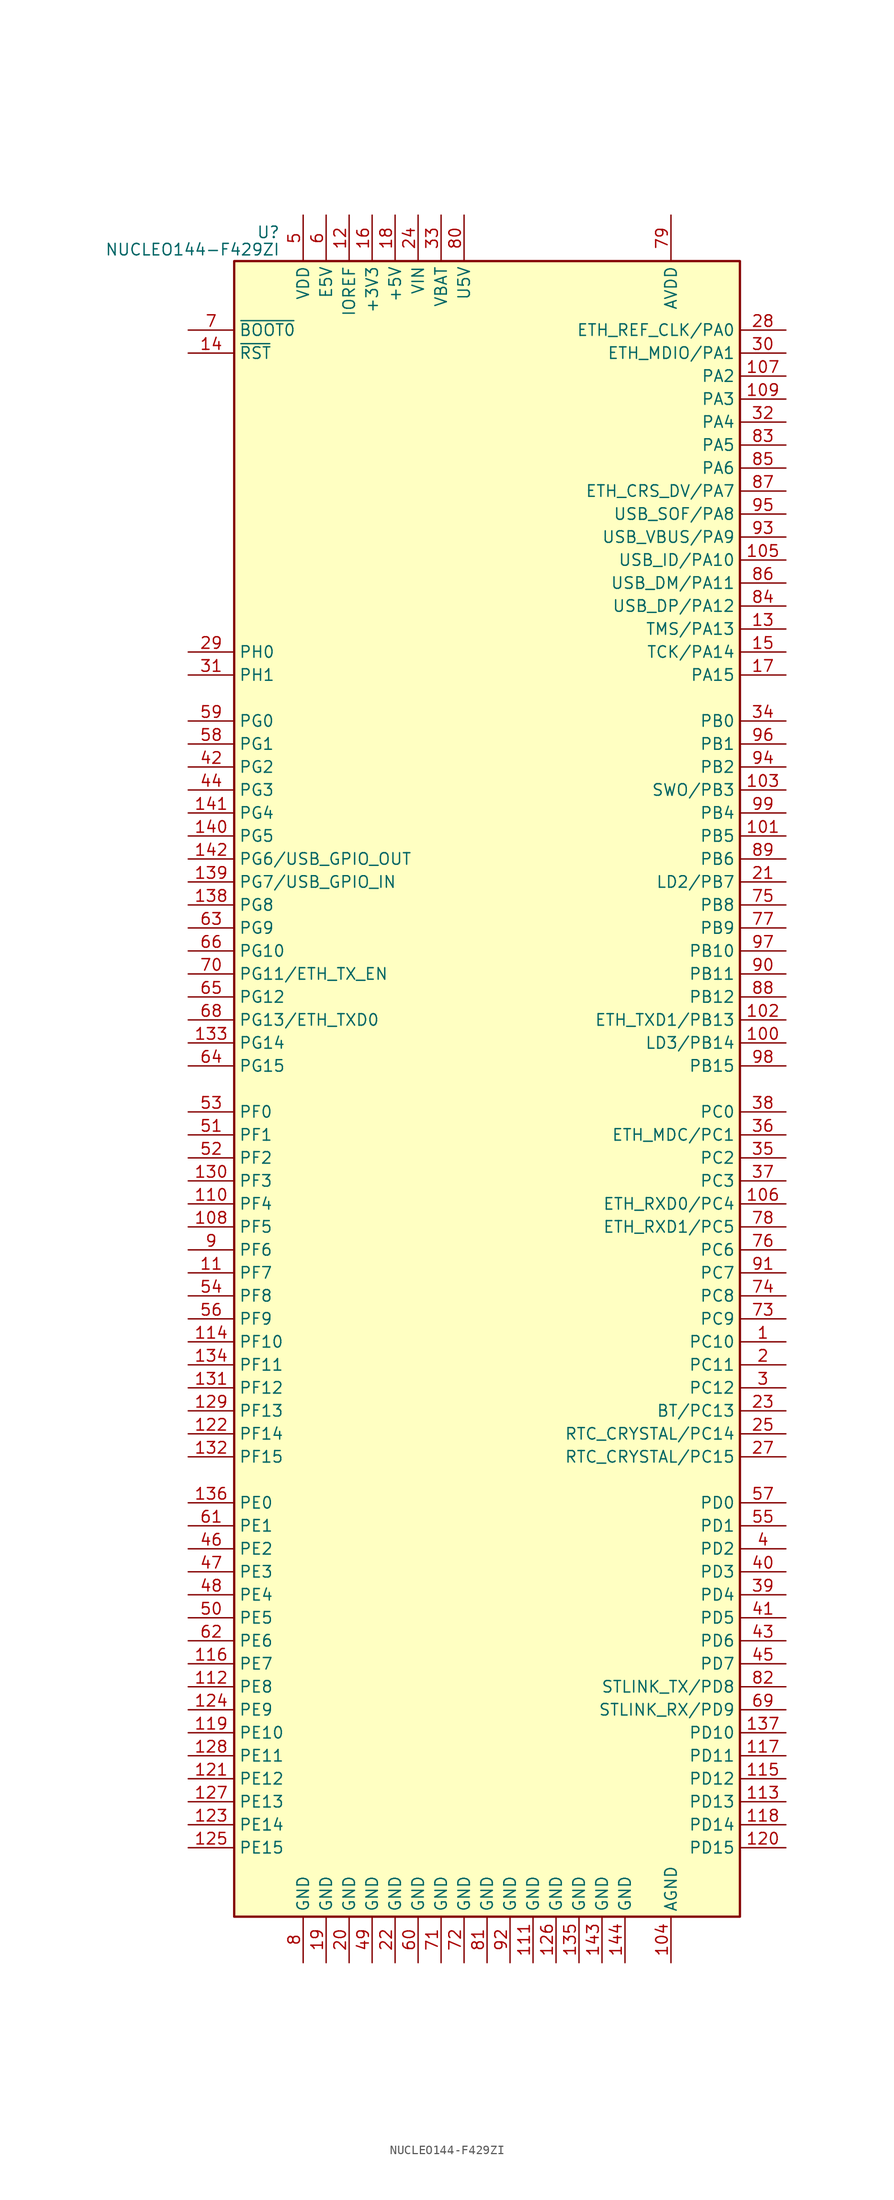
<source format=kicad_sym>
(kicad_symbol_lib
  (version 20200908)
  (generator kicad_symbol_editor)
  (symbol "MCU_Module:NUCLEO144-F429ZI"
    (property "Reference" "U"
      (at -22.86 94.615 0)
      (effects (font (size 1.27 1.27)) (justify right)))
    (property "Value" "NUCLEO144-F429ZI"
      (at -22.86 92.71 0)
      (effects (font (size 1.27 1.27)) (justify right)))
    (symbol "NUCLEO144-F429ZI_0_1"
      (rectangle (start -27.94 -91.44) (end 27.94 91.44) (stroke (width 0.254)) (fill (type background))))
    (symbol "NUCLEO144-F429ZI_1_1"
      (pin bidirectional line (at 33.02 -27.94 180) (length 5.08) (name "PC10" (effects (font (size 1.27 1.27)))) (number "1" (effects (font (size 1.27 1.27)))))
      (pin unconnected line (at -33.02 55.88 0) (length 5.08) hide (name "NC" (effects (font (size 1.27 1.27)))) (number "10" (effects (font (size 1.27 1.27)))))
      (pin bidirectional line (at 33.02 5.08 180) (length 5.08) (name "LD3/PB14" (effects (font (size 1.27 1.27)))) (number "100" (effects (font (size 1.27 1.27)))))
      (pin bidirectional line (at 33.02 27.94 180) (length 5.08) (name "PB5" (effects (font (size 1.27 1.27)))) (number "101" (effects (font (size 1.27 1.27)))))
      (pin bidirectional line (at 33.02 7.62 180) (length 5.08) (name "ETH_TXD1/PB13" (effects (font (size 1.27 1.27)))) (number "102" (effects (font (size 1.27 1.27)))))
      (pin bidirectional line (at 33.02 33.02 180) (length 5.08) (name "SWO/PB3" (effects (font (size 1.27 1.27)))) (number "103" (effects (font (size 1.27 1.27)))))
      (pin power_in line (at 20.32 -96.52 90) (length 5.08) (name "AGND" (effects (font (size 1.27 1.27)))) (number "104" (effects (font (size 1.27 1.27)))))
      (pin bidirectional line (at 33.02 58.42 180) (length 5.08) (name "USB_ID/PA10" (effects (font (size 1.27 1.27)))) (number "105" (effects (font (size 1.27 1.27)))))
      (pin bidirectional line (at 33.02 -12.7 180) (length 5.08) (name "ETH_RXD0/PC4" (effects (font (size 1.27 1.27)))) (number "106" (effects (font (size 1.27 1.27)))))
      (pin bidirectional line (at 33.02 78.74 180) (length 5.08) (name "PA2" (effects (font (size 1.27 1.27)))) (number "107" (effects (font (size 1.27 1.27)))))
      (pin bidirectional line (at -33.02 -15.24 0) (length 5.08) (name "PF5" (effects (font (size 1.27 1.27)))) (number "108" (effects (font (size 1.27 1.27)))))
      (pin bidirectional line (at 33.02 76.2 180) (length 5.08) (name "PA3" (effects (font (size 1.27 1.27)))) (number "109" (effects (font (size 1.27 1.27)))))
      (pin bidirectional line (at -33.02 -20.32 0) (length 5.08) (name "PF7" (effects (font (size 1.27 1.27)))) (number "11" (effects (font (size 1.27 1.27)))))
      (pin bidirectional line (at -33.02 -12.7 0) (length 5.08) (name "PF4" (effects (font (size 1.27 1.27)))) (number "110" (effects (font (size 1.27 1.27)))))
      (pin power_in line (at 5.08 -96.52 90) (length 5.08) (name "GND" (effects (font (size 1.27 1.27)))) (number "111" (effects (font (size 1.27 1.27)))))
      (pin bidirectional line (at -33.02 -66.04 0) (length 5.08) (name "PE8" (effects (font (size 1.27 1.27)))) (number "112" (effects (font (size 1.27 1.27)))))
      (pin bidirectional line (at 33.02 -78.74 180) (length 5.08) (name "PD13" (effects (font (size 1.27 1.27)))) (number "113" (effects (font (size 1.27 1.27)))))
      (pin bidirectional line (at -33.02 -27.94 0) (length 5.08) (name "PF10" (effects (font (size 1.27 1.27)))) (number "114" (effects (font (size 1.27 1.27)))))
      (pin bidirectional line (at 33.02 -76.2 180) (length 5.08) (name "PD12" (effects (font (size 1.27 1.27)))) (number "115" (effects (font (size 1.27 1.27)))))
      (pin bidirectional line (at -33.02 -63.5 0) (length 5.08) (name "PE7" (effects (font (size 1.27 1.27)))) (number "116" (effects (font (size 1.27 1.27)))))
      (pin bidirectional line (at 33.02 -73.66 180) (length 5.08) (name "PD11" (effects (font (size 1.27 1.27)))) (number "117" (effects (font (size 1.27 1.27)))))
      (pin bidirectional line (at 33.02 -81.28 180) (length 5.08) (name "PD14" (effects (font (size 1.27 1.27)))) (number "118" (effects (font (size 1.27 1.27)))))
      (pin bidirectional line (at -33.02 -71.12 0) (length 5.08) (name "PE10" (effects (font (size 1.27 1.27)))) (number "119" (effects (font (size 1.27 1.27)))))
      (pin power_in line (at -15.24 96.52 270) (length 5.08) (name "IOREF" (effects (font (size 1.27 1.27)))) (number "12" (effects (font (size 1.27 1.27)))))
      (pin bidirectional line (at 33.02 -83.82 180) (length 5.08) (name "PD15" (effects (font (size 1.27 1.27)))) (number "120" (effects (font (size 1.27 1.27)))))
      (pin bidirectional line (at -33.02 -76.2 0) (length 5.08) (name "PE12" (effects (font (size 1.27 1.27)))) (number "121" (effects (font (size 1.27 1.27)))))
      (pin bidirectional line (at -33.02 -38.1 0) (length 5.08) (name "PF14" (effects (font (size 1.27 1.27)))) (number "122" (effects (font (size 1.27 1.27)))))
      (pin bidirectional line (at -33.02 -81.28 0) (length 5.08) (name "PE14" (effects (font (size 1.27 1.27)))) (number "123" (effects (font (size 1.27 1.27)))))
      (pin bidirectional line (at -33.02 -68.58 0) (length 5.08) (name "PE9" (effects (font (size 1.27 1.27)))) (number "124" (effects (font (size 1.27 1.27)))))
      (pin bidirectional line (at -33.02 -83.82 0) (length 5.08) (name "PE15" (effects (font (size 1.27 1.27)))) (number "125" (effects (font (size 1.27 1.27)))))
      (pin power_in line (at 7.62 -96.52 90) (length 5.08) (name "GND" (effects (font (size 1.27 1.27)))) (number "126" (effects (font (size 1.27 1.27)))))
      (pin bidirectional line (at -33.02 -78.74 0) (length 5.08) (name "PE13" (effects (font (size 1.27 1.27)))) (number "127" (effects (font (size 1.27 1.27)))))
      (pin bidirectional line (at -33.02 -73.66 0) (length 5.08) (name "PE11" (effects (font (size 1.27 1.27)))) (number "128" (effects (font (size 1.27 1.27)))))
      (pin bidirectional line (at -33.02 -35.56 0) (length 5.08) (name "PF13" (effects (font (size 1.27 1.27)))) (number "129" (effects (font (size 1.27 1.27)))))
      (pin bidirectional line (at 33.02 50.8 180) (length 5.08) (name "TMS/PA13" (effects (font (size 1.27 1.27)))) (number "13" (effects (font (size 1.27 1.27)))))
      (pin bidirectional line (at -33.02 -10.16 0) (length 5.08) (name "PF3" (effects (font (size 1.27 1.27)))) (number "130" (effects (font (size 1.27 1.27)))))
      (pin bidirectional line (at -33.02 -33.02 0) (length 5.08) (name "PF12" (effects (font (size 1.27 1.27)))) (number "131" (effects (font (size 1.27 1.27)))))
      (pin bidirectional line (at -33.02 -40.64 0) (length 5.08) (name "PF15" (effects (font (size 1.27 1.27)))) (number "132" (effects (font (size 1.27 1.27)))))
      (pin bidirectional line (at -33.02 5.08 0) (length 5.08) (name "PG14" (effects (font (size 1.27 1.27)))) (number "133" (effects (font (size 1.27 1.27)))))
      (pin bidirectional line (at -33.02 -30.48 0) (length 5.08) (name "PF11" (effects (font (size 1.27 1.27)))) (number "134" (effects (font (size 1.27 1.27)))))
      (pin power_in line (at 10.16 -96.52 90) (length 5.08) (name "GND" (effects (font (size 1.27 1.27)))) (number "135" (effects (font (size 1.27 1.27)))))
      (pin bidirectional line (at -33.02 -45.72 0) (length 5.08) (name "PE0" (effects (font (size 1.27 1.27)))) (number "136" (effects (font (size 1.27 1.27)))))
      (pin bidirectional line (at 33.02 -71.12 180) (length 5.08) (name "PD10" (effects (font (size 1.27 1.27)))) (number "137" (effects (font (size 1.27 1.27)))))
      (pin bidirectional line (at -33.02 20.32 0) (length 5.08) (name "PG8" (effects (font (size 1.27 1.27)))) (number "138" (effects (font (size 1.27 1.27)))))
      (pin bidirectional line (at -33.02 22.86 0) (length 5.08) (name "PG7/USB_GPIO_IN" (effects (font (size 1.27 1.27)))) (number "139" (effects (font (size 1.27 1.27)))))
      (pin input line (at -33.02 81.28 0) (length 5.08) (name "~RST" (effects (font (size 1.27 1.27)))) (number "14" (effects (font (size 1.27 1.27)))))
      (pin bidirectional line (at -33.02 27.94 0) (length 5.08) (name "PG5" (effects (font (size 1.27 1.27)))) (number "140" (effects (font (size 1.27 1.27)))))
      (pin bidirectional line (at -33.02 30.48 0) (length 5.08) (name "PG4" (effects (font (size 1.27 1.27)))) (number "141" (effects (font (size 1.27 1.27)))))
      (pin bidirectional line (at -33.02 25.4 0) (length 5.08) (name "PG6/USB_GPIO_OUT" (effects (font (size 1.27 1.27)))) (number "142" (effects (font (size 1.27 1.27)))))
      (pin power_in line (at 12.7 -96.52 90) (length 5.08) (name "GND" (effects (font (size 1.27 1.27)))) (number "143" (effects (font (size 1.27 1.27)))))
      (pin power_in line (at 15.24 -96.52 90) (length 5.08) (name "GND" (effects (font (size 1.27 1.27)))) (number "144" (effects (font (size 1.27 1.27)))))
      (pin bidirectional line (at 33.02 48.26 180) (length 5.08) (name "TCK/PA14" (effects (font (size 1.27 1.27)))) (number "15" (effects (font (size 1.27 1.27)))))
      (pin power_in line (at -12.7 96.52 270) (length 5.08) (name "+3V3" (effects (font (size 1.27 1.27)))) (number "16" (effects (font (size 1.27 1.27)))))
      (pin bidirectional line (at 33.02 45.72 180) (length 5.08) (name "PA15" (effects (font (size 1.27 1.27)))) (number "17" (effects (font (size 1.27 1.27)))))
      (pin power_in line (at -10.16 96.52 270) (length 5.08) (name "+5V" (effects (font (size 1.27 1.27)))) (number "18" (effects (font (size 1.27 1.27)))))
      (pin power_in line (at -17.78 -96.52 90) (length 5.08) (name "GND" (effects (font (size 1.27 1.27)))) (number "19" (effects (font (size 1.27 1.27)))))
      (pin bidirectional line (at 33.02 -30.48 180) (length 5.08) (name "PC11" (effects (font (size 1.27 1.27)))) (number "2" (effects (font (size 1.27 1.27)))))
      (pin power_in line (at -15.24 -96.52 90) (length 5.08) (name "GND" (effects (font (size 1.27 1.27)))) (number "20" (effects (font (size 1.27 1.27)))))
      (pin bidirectional line (at 33.02 22.86 180) (length 5.08) (name "LD2/PB7" (effects (font (size 1.27 1.27)))) (number "21" (effects (font (size 1.27 1.27)))))
      (pin power_in line (at -10.16 -96.52 90) (length 5.08) (name "GND" (effects (font (size 1.27 1.27)))) (number "22" (effects (font (size 1.27 1.27)))))
      (pin bidirectional line (at 33.02 -35.56 180) (length 5.08) (name "BT/PC13" (effects (font (size 1.27 1.27)))) (number "23" (effects (font (size 1.27 1.27)))))
      (pin power_in line (at -7.62 96.52 270) (length 5.08) (name "VIN" (effects (font (size 1.27 1.27)))) (number "24" (effects (font (size 1.27 1.27)))))
      (pin bidirectional line (at 33.02 -38.1 180) (length 5.08) (name "RTC_CRYSTAL/PC14" (effects (font (size 1.27 1.27)))) (number "25" (effects (font (size 1.27 1.27)))))
      (pin unconnected line (at -33.02 58.42 0) (length 5.08) hide (name "NC" (effects (font (size 1.27 1.27)))) (number "26" (effects (font (size 1.27 1.27)))))
      (pin bidirectional line (at 33.02 -40.64 180) (length 5.08) (name "RTC_CRYSTAL/PC15" (effects (font (size 1.27 1.27)))) (number "27" (effects (font (size 1.27 1.27)))))
      (pin bidirectional line (at 33.02 83.82 180) (length 5.08) (name "ETH_REF_CLK/PA0" (effects (font (size 1.27 1.27)))) (number "28" (effects (font (size 1.27 1.27)))))
      (pin bidirectional line (at -33.02 48.26 0) (length 5.08) (name "PH0" (effects (font (size 1.27 1.27)))) (number "29" (effects (font (size 1.27 1.27)))))
      (pin bidirectional line (at 33.02 -33.02 180) (length 5.08) (name "PC12" (effects (font (size 1.27 1.27)))) (number "3" (effects (font (size 1.27 1.27)))))
      (pin bidirectional line (at 33.02 81.28 180) (length 5.08) (name "ETH_MDIO/PA1" (effects (font (size 1.27 1.27)))) (number "30" (effects (font (size 1.27 1.27)))))
      (pin bidirectional line (at -33.02 45.72 0) (length 5.08) (name "PH1" (effects (font (size 1.27 1.27)))) (number "31" (effects (font (size 1.27 1.27)))))
      (pin bidirectional line (at 33.02 73.66 180) (length 5.08) (name "PA4" (effects (font (size 1.27 1.27)))) (number "32" (effects (font (size 1.27 1.27)))))
      (pin power_in line (at -5.08 96.52 270) (length 5.08) (name "VBAT" (effects (font (size 1.27 1.27)))) (number "33" (effects (font (size 1.27 1.27)))))
      (pin bidirectional line (at 33.02 40.64 180) (length 5.08) (name "PB0" (effects (font (size 1.27 1.27)))) (number "34" (effects (font (size 1.27 1.27)))))
      (pin bidirectional line (at 33.02 -7.62 180) (length 5.08) (name "PC2" (effects (font (size 1.27 1.27)))) (number "35" (effects (font (size 1.27 1.27)))))
      (pin bidirectional line (at 33.02 -5.08 180) (length 5.08) (name "ETH_MDC/PC1" (effects (font (size 1.27 1.27)))) (number "36" (effects (font (size 1.27 1.27)))))
      (pin bidirectional line (at 33.02 -10.16 180) (length 5.08) (name "PC3" (effects (font (size 1.27 1.27)))) (number "37" (effects (font (size 1.27 1.27)))))
      (pin bidirectional line (at 33.02 -2.54 180) (length 5.08) (name "PC0" (effects (font (size 1.27 1.27)))) (number "38" (effects (font (size 1.27 1.27)))))
      (pin bidirectional line (at 33.02 -55.88 180) (length 5.08) (name "PD4" (effects (font (size 1.27 1.27)))) (number "39" (effects (font (size 1.27 1.27)))))
      (pin bidirectional line (at 33.02 -50.8 180) (length 5.08) (name "PD2" (effects (font (size 1.27 1.27)))) (number "4" (effects (font (size 1.27 1.27)))))
      (pin bidirectional line (at 33.02 -53.34 180) (length 5.08) (name "PD3" (effects (font (size 1.27 1.27)))) (number "40" (effects (font (size 1.27 1.27)))))
      (pin bidirectional line (at 33.02 -58.42 180) (length 5.08) (name "PD5" (effects (font (size 1.27 1.27)))) (number "41" (effects (font (size 1.27 1.27)))))
      (pin bidirectional line (at -33.02 35.56 0) (length 5.08) (name "PG2" (effects (font (size 1.27 1.27)))) (number "42" (effects (font (size 1.27 1.27)))))
      (pin bidirectional line (at 33.02 -60.96 180) (length 5.08) (name "PD6" (effects (font (size 1.27 1.27)))) (number "43" (effects (font (size 1.27 1.27)))))
      (pin bidirectional line (at -33.02 33.02 0) (length 5.08) (name "PG3" (effects (font (size 1.27 1.27)))) (number "44" (effects (font (size 1.27 1.27)))))
      (pin bidirectional line (at 33.02 -63.5 180) (length 5.08) (name "PD7" (effects (font (size 1.27 1.27)))) (number "45" (effects (font (size 1.27 1.27)))))
      (pin bidirectional line (at -33.02 -50.8 0) (length 5.08) (name "PE2" (effects (font (size 1.27 1.27)))) (number "46" (effects (font (size 1.27 1.27)))))
      (pin bidirectional line (at -33.02 -53.34 0) (length 5.08) (name "PE3" (effects (font (size 1.27 1.27)))) (number "47" (effects (font (size 1.27 1.27)))))
      (pin bidirectional line (at -33.02 -55.88 0) (length 5.08) (name "PE4" (effects (font (size 1.27 1.27)))) (number "48" (effects (font (size 1.27 1.27)))))
      (pin power_in line (at -12.7 -96.52 90) (length 5.08) (name "GND" (effects (font (size 1.27 1.27)))) (number "49" (effects (font (size 1.27 1.27)))))
      (pin power_in line (at -20.32 96.52 270) (length 5.08) (name "VDD" (effects (font (size 1.27 1.27)))) (number "5" (effects (font (size 1.27 1.27)))))
      (pin bidirectional line (at -33.02 -58.42 0) (length 5.08) (name "PE5" (effects (font (size 1.27 1.27)))) (number "50" (effects (font (size 1.27 1.27)))))
      (pin bidirectional line (at -33.02 -5.08 0) (length 5.08) (name "PF1" (effects (font (size 1.27 1.27)))) (number "51" (effects (font (size 1.27 1.27)))))
      (pin bidirectional line (at -33.02 -7.62 0) (length 5.08) (name "PF2" (effects (font (size 1.27 1.27)))) (number "52" (effects (font (size 1.27 1.27)))))
      (pin bidirectional line (at -33.02 -2.54 0) (length 5.08) (name "PF0" (effects (font (size 1.27 1.27)))) (number "53" (effects (font (size 1.27 1.27)))))
      (pin bidirectional line (at -33.02 -22.86 0) (length 5.08) (name "PF8" (effects (font (size 1.27 1.27)))) (number "54" (effects (font (size 1.27 1.27)))))
      (pin bidirectional line (at 33.02 -48.26 180) (length 5.08) (name "PD1" (effects (font (size 1.27 1.27)))) (number "55" (effects (font (size 1.27 1.27)))))
      (pin bidirectional line (at -33.02 -25.4 0) (length 5.08) (name "PF9" (effects (font (size 1.27 1.27)))) (number "56" (effects (font (size 1.27 1.27)))))
      (pin bidirectional line (at 33.02 -45.72 180) (length 5.08) (name "PD0" (effects (font (size 1.27 1.27)))) (number "57" (effects (font (size 1.27 1.27)))))
      (pin bidirectional line (at -33.02 38.1 0) (length 5.08) (name "PG1" (effects (font (size 1.27 1.27)))) (number "58" (effects (font (size 1.27 1.27)))))
      (pin bidirectional line (at -33.02 40.64 0) (length 5.08) (name "PG0" (effects (font (size 1.27 1.27)))) (number "59" (effects (font (size 1.27 1.27)))))
      (pin power_in line (at -17.78 96.52 270) (length 5.08) (name "E5V" (effects (font (size 1.27 1.27)))) (number "6" (effects (font (size 1.27 1.27)))))
      (pin power_in line (at -7.62 -96.52 90) (length 5.08) (name "GND" (effects (font (size 1.27 1.27)))) (number "60" (effects (font (size 1.27 1.27)))))
      (pin bidirectional line (at -33.02 -48.26 0) (length 5.08) (name "PE1" (effects (font (size 1.27 1.27)))) (number "61" (effects (font (size 1.27 1.27)))))
      (pin bidirectional line (at -33.02 -60.96 0) (length 5.08) (name "PE6" (effects (font (size 1.27 1.27)))) (number "62" (effects (font (size 1.27 1.27)))))
      (pin bidirectional line (at -33.02 17.78 0) (length 5.08) (name "PG9" (effects (font (size 1.27 1.27)))) (number "63" (effects (font (size 1.27 1.27)))))
      (pin bidirectional line (at -33.02 2.54 0) (length 5.08) (name "PG15" (effects (font (size 1.27 1.27)))) (number "64" (effects (font (size 1.27 1.27)))))
      (pin bidirectional line (at -33.02 10.16 0) (length 5.08) (name "PG12" (effects (font (size 1.27 1.27)))) (number "65" (effects (font (size 1.27 1.27)))))
      (pin bidirectional line (at -33.02 15.24 0) (length 5.08) (name "PG10" (effects (font (size 1.27 1.27)))) (number "66" (effects (font (size 1.27 1.27)))))
      (pin unconnected line (at -33.02 53.34 0) (length 5.08) hide (name "NC" (effects (font (size 1.27 1.27)))) (number "67" (effects (font (size 1.27 1.27)))))
      (pin bidirectional line (at -33.02 7.62 0) (length 5.08) (name "PG13/ETH_TXD0" (effects (font (size 1.27 1.27)))) (number "68" (effects (font (size 1.27 1.27)))))
      (pin bidirectional line (at 33.02 -68.58 180) (length 5.08) (name "STLINK_RX/PD9" (effects (font (size 1.27 1.27)))) (number "69" (effects (font (size 1.27 1.27)))))
      (pin input line (at -33.02 83.82 0) (length 5.08) (name "~BOOT0" (effects (font (size 1.27 1.27)))) (number "7" (effects (font (size 1.27 1.27)))))
      (pin bidirectional line (at -33.02 12.7 0) (length 5.08) (name "PG11/ETH_TX_EN" (effects (font (size 1.27 1.27)))) (number "70" (effects (font (size 1.27 1.27)))))
      (pin power_in line (at -5.08 -96.52 90) (length 5.08) (name "GND" (effects (font (size 1.27 1.27)))) (number "71" (effects (font (size 1.27 1.27)))))
      (pin power_in line (at -2.54 -96.52 90) (length 5.08) (name "GND" (effects (font (size 1.27 1.27)))) (number "72" (effects (font (size 1.27 1.27)))))
      (pin bidirectional line (at 33.02 -25.4 180) (length 5.08) (name "PC9" (effects (font (size 1.27 1.27)))) (number "73" (effects (font (size 1.27 1.27)))))
      (pin bidirectional line (at 33.02 -22.86 180) (length 5.08) (name "PC8" (effects (font (size 1.27 1.27)))) (number "74" (effects (font (size 1.27 1.27)))))
      (pin bidirectional line (at 33.02 20.32 180) (length 5.08) (name "PB8" (effects (font (size 1.27 1.27)))) (number "75" (effects (font (size 1.27 1.27)))))
      (pin bidirectional line (at 33.02 -17.78 180) (length 5.08) (name "PC6" (effects (font (size 1.27 1.27)))) (number "76" (effects (font (size 1.27 1.27)))))
      (pin bidirectional line (at 33.02 17.78 180) (length 5.08) (name "PB9" (effects (font (size 1.27 1.27)))) (number "77" (effects (font (size 1.27 1.27)))))
      (pin bidirectional line (at 33.02 -15.24 180) (length 5.08) (name "ETH_RXD1/PC5" (effects (font (size 1.27 1.27)))) (number "78" (effects (font (size 1.27 1.27)))))
      (pin power_in line (at 20.32 96.52 270) (length 5.08) (name "AVDD" (effects (font (size 1.27 1.27)))) (number "79" (effects (font (size 1.27 1.27)))))
      (pin power_in line (at -20.32 -96.52 90) (length 5.08) (name "GND" (effects (font (size 1.27 1.27)))) (number "8" (effects (font (size 1.27 1.27)))))
      (pin power_in line (at -2.54 96.52 270) (length 5.08) (name "U5V" (effects (font (size 1.27 1.27)))) (number "80" (effects (font (size 1.27 1.27)))))
      (pin power_in line (at 0 -96.52 90) (length 5.08) (name "GND" (effects (font (size 1.27 1.27)))) (number "81" (effects (font (size 1.27 1.27)))))
      (pin bidirectional line (at 33.02 -66.04 180) (length 5.08) (name "STLINK_TX/PD8" (effects (font (size 1.27 1.27)))) (number "82" (effects (font (size 1.27 1.27)))))
      (pin bidirectional line (at 33.02 71.12 180) (length 5.08) (name "PA5" (effects (font (size 1.27 1.27)))) (number "83" (effects (font (size 1.27 1.27)))))
      (pin bidirectional line (at 33.02 53.34 180) (length 5.08) (name "USB_DP/PA12" (effects (font (size 1.27 1.27)))) (number "84" (effects (font (size 1.27 1.27)))))
      (pin bidirectional line (at 33.02 68.58 180) (length 5.08) (name "PA6" (effects (font (size 1.27 1.27)))) (number "85" (effects (font (size 1.27 1.27)))))
      (pin bidirectional line (at 33.02 55.88 180) (length 5.08) (name "USB_DM/PA11" (effects (font (size 1.27 1.27)))) (number "86" (effects (font (size 1.27 1.27)))))
      (pin bidirectional line (at 33.02 66.04 180) (length 5.08) (name "ETH_CRS_DV/PA7" (effects (font (size 1.27 1.27)))) (number "87" (effects (font (size 1.27 1.27)))))
      (pin bidirectional line (at 33.02 10.16 180) (length 5.08) (name "PB12" (effects (font (size 1.27 1.27)))) (number "88" (effects (font (size 1.27 1.27)))))
      (pin bidirectional line (at 33.02 25.4 180) (length 5.08) (name "PB6" (effects (font (size 1.27 1.27)))) (number "89" (effects (font (size 1.27 1.27)))))
      (pin bidirectional line (at -33.02 -17.78 0) (length 5.08) (name "PF6" (effects (font (size 1.27 1.27)))) (number "9" (effects (font (size 1.27 1.27)))))
      (pin bidirectional line (at 33.02 12.7 180) (length 5.08) (name "PB11" (effects (font (size 1.27 1.27)))) (number "90" (effects (font (size 1.27 1.27)))))
      (pin bidirectional line (at 33.02 -20.32 180) (length 5.08) (name "PC7" (effects (font (size 1.27 1.27)))) (number "91" (effects (font (size 1.27 1.27)))))
      (pin power_in line (at 2.54 -96.52 90) (length 5.08) (name "GND" (effects (font (size 1.27 1.27)))) (number "92" (effects (font (size 1.27 1.27)))))
      (pin bidirectional line (at 33.02 60.96 180) (length 5.08) (name "USB_VBUS/PA9" (effects (font (size 1.27 1.27)))) (number "93" (effects (font (size 1.27 1.27)))))
      (pin bidirectional line (at 33.02 35.56 180) (length 5.08) (name "PB2" (effects (font (size 1.27 1.27)))) (number "94" (effects (font (size 1.27 1.27)))))
      (pin bidirectional line (at 33.02 63.5 180) (length 5.08) (name "USB_SOF/PA8" (effects (font (size 1.27 1.27)))) (number "95" (effects (font (size 1.27 1.27)))))
      (pin bidirectional line (at 33.02 38.1 180) (length 5.08) (name "PB1" (effects (font (size 1.27 1.27)))) (number "96" (effects (font (size 1.27 1.27)))))
      (pin bidirectional line (at 33.02 15.24 180) (length 5.08) (name "PB10" (effects (font (size 1.27 1.27)))) (number "97" (effects (font (size 1.27 1.27)))))
      (pin bidirectional line (at 33.02 2.54 180) (length 5.08) (name "PB15" (effects (font (size 1.27 1.27)))) (number "98" (effects (font (size 1.27 1.27)))))
      (pin bidirectional line (at 33.02 30.48 180) (length 5.08) (name "PB4" (effects (font (size 1.27 1.27)))) (number "99" (effects (font (size 1.27 1.27))))))))
</source>
